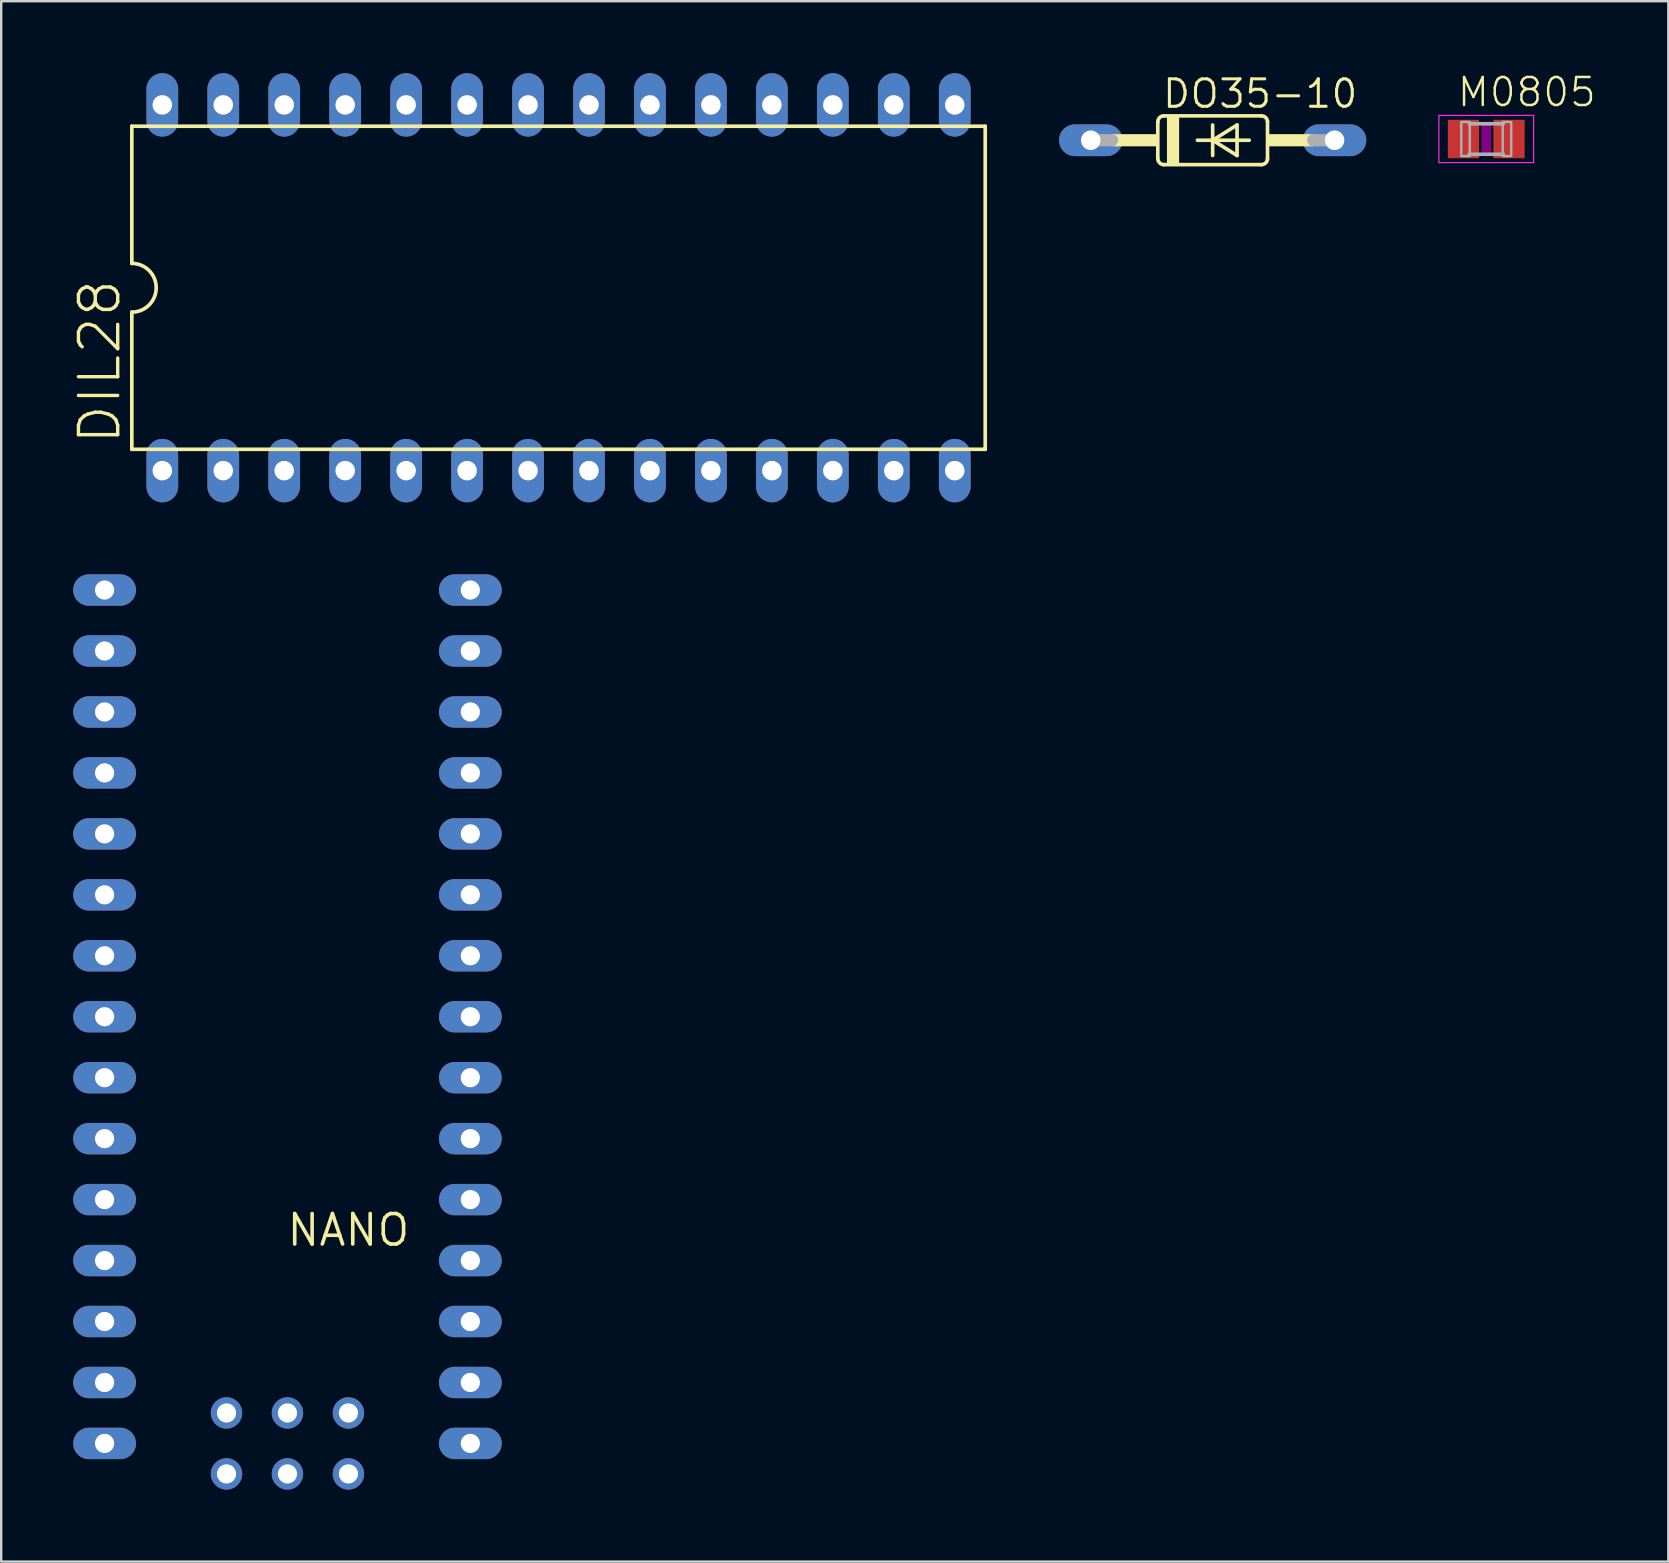
<source format=kicad_pcb>
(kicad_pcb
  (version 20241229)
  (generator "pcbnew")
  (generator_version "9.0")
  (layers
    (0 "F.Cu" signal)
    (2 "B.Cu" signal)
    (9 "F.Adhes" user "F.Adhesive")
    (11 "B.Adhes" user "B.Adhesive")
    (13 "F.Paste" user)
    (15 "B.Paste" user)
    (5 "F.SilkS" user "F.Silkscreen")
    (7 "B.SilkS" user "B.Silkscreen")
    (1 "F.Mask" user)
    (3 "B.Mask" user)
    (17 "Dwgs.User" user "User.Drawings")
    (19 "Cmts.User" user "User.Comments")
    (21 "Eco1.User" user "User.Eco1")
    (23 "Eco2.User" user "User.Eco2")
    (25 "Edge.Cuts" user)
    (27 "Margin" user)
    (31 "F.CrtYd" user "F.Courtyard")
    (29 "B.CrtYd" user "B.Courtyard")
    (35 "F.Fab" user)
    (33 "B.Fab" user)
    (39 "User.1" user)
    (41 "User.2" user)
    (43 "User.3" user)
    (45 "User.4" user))
  (footprint "NANO"
    (layer "F.Cu")
    (at 11.468 48.206)
    (property "Reference" "NANO" (at 0 0 0) (unlocked yes) (layer "F.SilkS") (effects (font (size 1.27 1.27) (thickness 0.15))))
    (pad "3.3V" thru_hole oval (at -10.16 -24.13 180) (size 2.616 1.308) (drill 0.8) (layers "*.Cu" "*.Mask"))
    (pad "5V" thru_hole oval (at -10.16 1.27) (size 2.616 1.308) (drill 0.8) (layers "*.Cu" "*.Mask"))
    (pad "A0" thru_hole oval (at -10.16 -19.05) (size 2.616 1.308) (drill 0.8) (layers "*.Cu" "*.Mask"))
    (pad "A1" thru_hole oval (at -10.16 -16.51) (size 2.616 1.308) (drill 0.8) (layers "*.Cu" "*.Mask"))
    (pad "A2" thru_hole oval (at -10.16 -13.97) (size 2.616 1.308) (drill 0.8) (layers "*.Cu" "*.Mask"))
    (pad "A3" thru_hole oval (at -10.16 -11.43) (size 2.616 1.308) (drill 0.8) (layers "*.Cu" "*.Mask"))
    (pad "A4" thru_hole oval (at -10.16 -8.89 180) (size 2.616 1.308) (drill 0.8) (layers "*.Cu" "*.Mask"))
    (pad "A5" thru_hole oval (at -10.16 -6.35 180) (size 2.616 1.308) (drill 0.8) (layers "*.Cu" "*.Mask"))
    (pad "A6" thru_hole oval (at -10.16 -3.81 180) (size 2.616 1.308) (drill 0.8) (layers "*.Cu" "*.Mask"))
    (pad "A7" thru_hole oval (at -10.16 -1.27 180) (size 2.616 1.308) (drill 0.8) (layers "*.Cu" "*.Mask"))
    (pad "AREF" thru_hole oval (at -10.16 -21.59 180) (size 2.616 1.308) (drill 0.8) (layers "*.Cu" "*.Mask"))
    (pad "D2" thru_hole oval (at 5.08 -1.27) (size 2.616 1.308) (drill 0.8) (layers "*.Cu" "*.Mask"))
    (pad "D3" thru_hole oval (at 5.08 -3.81) (size 2.616 1.308) (drill 0.8) (layers "*.Cu" "*.Mask"))
    (pad "D4" thru_hole oval (at 5.08 -6.35) (size 2.616 1.308) (drill 0.8) (layers "*.Cu" "*.Mask"))
    (pad "D5" thru_hole oval (at 5.08 -8.89) (size 2.616 1.308) (drill 0.8) (layers "*.Cu" "*.Mask"))
    (pad "D6" thru_hole oval (at 5.08 -11.43) (size 2.616 1.308) (drill 0.8) (layers "*.Cu" "*.Mask"))
    (pad "D7" thru_hole oval (at 5.08 -13.97) (size 2.616 1.308) (drill 0.8) (layers "*.Cu" "*.Mask"))
    (pad "D8" thru_hole oval (at 5.08 -16.51) (size 2.616 1.308) (drill 0.8) (layers "*.Cu" "*.Mask"))
    (pad "D9" thru_hole oval (at 5.08 -19.05) (size 2.616 1.308) (drill 0.8) (layers "*.Cu" "*.Mask"))
    (pad "D10" thru_hole oval (at 5.08 -21.59) (size 2.616 1.308) (drill 0.8) (layers "*.Cu" "*.Mask"))
    (pad "D11" thru_hole oval (at 5.08 -24.13) (size 2.616 1.308) (drill 0.8) (layers "*.Cu" "*.Mask"))
    (pad "D12" thru_hole oval (at 5.08 -26.67) (size 2.616 1.308) (drill 0.8) (layers "*.Cu" "*.Mask"))
    (pad "D13" thru_hole oval (at -10.16 -26.67) (size 2.616 1.308) (drill 0.8) (layers "*.Cu" "*.Mask"))
    (pad "GND" thru_hole oval (at -10.16 6.35) (size 2.616 1.308) (drill 0.8) (layers "*.Cu" "*.Mask"))
    (pad "GND1" thru_hole oval (at 5.08 1.27) (size 2.616 1.308) (drill 0.8) (layers "*.Cu" "*.Mask"))
    (pad "ICSP1" thru_hole circle (at -5.08 10.16 90) (size 1.308 1.308) (drill 0.8) (layers "*.Cu" "*.Mask"))
    (pad "ICSP2" thru_hole circle (at -5.08 7.62 90) (size 1.308 1.308) (drill 0.8) (layers "*.Cu" "*.Mask"))
    (pad "ICSP3" thru_hole circle (at -2.54 10.16 90) (size 1.308 1.308) (drill 0.8) (layers "*.Cu" "*.Mask"))
    (pad "ICSP4" thru_hole circle (at -2.54 7.62 90) (size 1.308 1.308) (drill 0.8) (layers "*.Cu" "*.Mask"))
    (pad "ICSP5" thru_hole circle (at 0 10.16 90) (size 1.308 1.308) (drill 0.8) (layers "*.Cu" "*.Mask"))
    (pad "ICSP6" thru_hole circle (at 0 7.62 90) (size 1.308 1.308) (drill 0.8) (layers "*.Cu" "*.Mask"))
    (pad "RAW" thru_hole oval (at -10.16 8.89) (size 2.616 1.308) (drill 0.8) (layers "*.Cu" "*.Mask"))
    (pad "RST" thru_hole oval (at -10.16 3.81) (size 2.616 1.308) (drill 0.8) (layers "*.Cu" "*.Mask"))
    (pad "RST1" thru_hole oval (at 5.08 3.81) (size 2.616 1.308) (drill 0.8) (layers "*.Cu" "*.Mask"))
    (pad "RX1" thru_hole oval (at 5.08 6.35) (size 2.616 1.308) (drill 0.8) (layers "*.Cu" "*.Mask"))
    (pad "TX0" thru_hole oval (at 5.08 8.89) (size 2.616 1.308) (drill 0.8) (layers "*.Cu" "*.Mask")))
  (footprint "DIL28"
    (layer "F.Cu")
    (at 20.223 8.941)
    (property "Reference" "DIL28" (at -18.161 6.604 90) (unlocked yes) (layer "F.SilkS") (effects (font (size 1.636 1.636) (thickness 0.142)) (justify left bottom)))
    (fp_line (start -17.78 -6.731) (end -17.78 -1.016) (stroke (width 0.152) (type solid)) (layer "F.SilkS"))
    (fp_line (start -17.78 6.731) (end -17.78 1.016) (stroke (width 0.152) (type solid)) (layer "F.SilkS"))
    (fp_line (start -17.78 6.731) (end 17.78 6.731) (stroke (width 0.152) (type solid)) (layer "F.SilkS"))
    (fp_line (start 17.78 -6.731) (end -17.78 -6.731) (stroke (width 0.152) (type solid)) (layer "F.SilkS"))
    (fp_line (start 17.78 -6.731) (end 17.78 6.731) (stroke (width 0.152) (type solid)) (layer "F.SilkS"))
    (fp_arc (start -17.78 -1.016) (mid -16.764 0) (end -17.78 1.016) (stroke (width 0.1524) (type solid)) (layer "F.SilkS"))
    (pad "1" thru_hole oval (at -16.51 7.62 90) (size 2.642 1.321) (drill 0.813) (layers "*.Cu" "*.Mask"))
    (pad "2" thru_hole oval (at -13.97 7.62 90) (size 2.642 1.321) (drill 0.813) (layers "*.Cu" "*.Mask"))
    (pad "3" thru_hole oval (at -11.43 7.62 90) (size 2.642 1.321) (drill 0.813) (layers "*.Cu" "*.Mask"))
    (pad "4" thru_hole oval (at -8.89 7.62 90) (size 2.642 1.321) (drill 0.813) (layers "*.Cu" "*.Mask"))
    (pad "5" thru_hole oval (at -6.35 7.62 90) (size 2.642 1.321) (drill 0.813) (layers "*.Cu" "*.Mask"))
    (pad "6" thru_hole oval (at -3.81 7.62 90) (size 2.642 1.321) (drill 0.813) (layers "*.Cu" "*.Mask"))
    (pad "7" thru_hole oval (at -1.27 7.62 90) (size 2.642 1.321) (drill 0.813) (layers "*.Cu" "*.Mask"))
    (pad "8" thru_hole oval (at 1.27 7.62 90) (size 2.642 1.321) (drill 0.813) (layers "*.Cu" "*.Mask"))
    (pad "9" thru_hole oval (at 3.81 7.62 90) (size 2.642 1.321) (drill 0.813) (layers "*.Cu" "*.Mask"))
    (pad "10" thru_hole oval (at 6.35 7.62 90) (size 2.642 1.321) (drill 0.813) (layers "*.Cu" "*.Mask"))
    (pad "11" thru_hole oval (at 8.89 7.62 90) (size 2.642 1.321) (drill 0.813) (layers "*.Cu" "*.Mask"))
    (pad "12" thru_hole oval (at 11.43 7.62 90) (size 2.642 1.321) (drill 0.813) (layers "*.Cu" "*.Mask"))
    (pad "13" thru_hole oval (at 13.97 7.62 90) (size 2.642 1.321) (drill 0.813) (layers "*.Cu" "*.Mask"))
    (pad "14" thru_hole oval (at 16.51 7.62 90) (size 2.642 1.321) (drill 0.813) (layers "*.Cu" "*.Mask"))
    (pad "15" thru_hole oval (at 16.51 -7.62 90) (size 2.642 1.321) (drill 0.813) (layers "*.Cu" "*.Mask"))
    (pad "16" thru_hole oval (at 13.97 -7.62 90) (size 2.642 1.321) (drill 0.813) (layers "*.Cu" "*.Mask"))
    (pad "17" thru_hole oval (at 11.43 -7.62 90) (size 2.642 1.321) (drill 0.813) (layers "*.Cu" "*.Mask"))
    (pad "18" thru_hole oval (at 8.89 -7.62 90) (size 2.642 1.321) (drill 0.813) (layers "*.Cu" "*.Mask"))
    (pad "19" thru_hole oval (at 6.35 -7.62 90) (size 2.642 1.321) (drill 0.813) (layers "*.Cu" "*.Mask"))
    (pad "20" thru_hole oval (at 3.81 -7.62 90) (size 2.642 1.321) (drill 0.813) (layers "*.Cu" "*.Mask"))
    (pad "21" thru_hole oval (at 1.27 -7.62 90) (size 2.642 1.321) (drill 0.813) (layers "*.Cu" "*.Mask"))
    (pad "22" thru_hole oval (at -1.27 -7.62 90) (size 2.642 1.321) (drill 0.813) (layers "*.Cu" "*.Mask"))
    (pad "23" thru_hole oval (at -3.81 -7.62 90) (size 2.642 1.321) (drill 0.813) (layers "*.Cu" "*.Mask"))
    (pad "24" thru_hole oval (at -6.35 -7.62 90) (size 2.642 1.321) (drill 0.813) (layers "*.Cu" "*.Mask"))
    (pad "25" thru_hole oval (at -8.89 -7.62 90) (size 2.642 1.321) (drill 0.813) (layers "*.Cu" "*.Mask"))
    (pad "26" thru_hole oval (at -11.43 -7.62 90) (size 2.642 1.321) (drill 0.813) (layers "*.Cu" "*.Mask"))
    (pad "27" thru_hole oval (at -13.97 -7.62 90) (size 2.642 1.321) (drill 0.813) (layers "*.Cu" "*.Mask"))
    (pad "28" thru_hole oval (at -16.51 -7.62 90) (size 2.642 1.321) (drill 0.813) (layers "*.Cu" "*.Mask")))
  (footprint "DO35-10"
    (layer "F.Cu")
    (at 47.48 2.794)
    (property "Reference" "DO35-10" (at -2.159 -1.27 0) (unlocked yes) (layer "F.SilkS") (effects (font (size 1.143 1.143) (thickness 0.127)) (justify left bottom)))
    (fp_line (start -2.286 -0.762) (end -2.286 0.762) (stroke (width 0.152) (type solid)) (layer "F.SilkS"))
    (fp_line (start -2.032 -1.016) (end 2.032 -1.016) (stroke (width 0.152) (type solid)) (layer "F.SilkS"))
    (fp_line (start -2.032 1.016) (end 2.032 1.016) (stroke (width 0.152) (type solid)) (layer "F.SilkS"))
    (fp_line (start -0.635 0) (end 0 0) (stroke (width 0.152) (type solid)) (layer "F.SilkS"))
    (fp_line (start 0 -0.635) (end 0 0) (stroke (width 0.152) (type solid)) (layer "F.SilkS"))
    (fp_line (start 0 0) (end 0 0.635) (stroke (width 0.152) (type solid)) (layer "F.SilkS"))
    (fp_line (start 0 0) (end 1.016 -0.635) (stroke (width 0.152) (type solid)) (layer "F.SilkS"))
    (fp_line (start 0 0) (end 1.524 0) (stroke (width 0.152) (type solid)) (layer "F.SilkS"))
    (fp_line (start 1.016 -0.635) (end 1.016 0.635) (stroke (width 0.152) (type solid)) (layer "F.SilkS"))
    (fp_line (start 1.016 0.635) (end 0 0) (stroke (width 0.152) (type solid)) (layer "F.SilkS"))
    (fp_line (start 2.286 0.762) (end 2.286 -0.762) (stroke (width 0.152) (type solid)) (layer "F.SilkS"))
    (fp_arc (start -2.286 -0.762) (mid -2.211605 -0.941605) (end -2.032 -1.016) (stroke (width 0.1524) (type solid)) (layer "F.SilkS"))
    (fp_arc (start -2.032 1.016) (mid -2.211605 0.941605) (end -2.286 0.762) (stroke (width 0.1524) (type solid)) (layer "F.SilkS"))
    (fp_arc (start 2.032 -1.016) (mid 2.211605 -0.941605) (end 2.286 -0.762) (stroke (width 0.1524) (type solid)) (layer "F.SilkS"))
    (fp_arc (start 2.286 0.762) (mid 2.211605 0.941605) (end 2.032 1.016) (stroke (width 0.1524) (type solid)) (layer "F.SilkS"))
    (fp_poly (pts (xy -4.191 0.254) (xy -2.286 0.254) (xy -2.286 -0.254) (xy -4.191 -0.254)) (stroke (width 0) (type default)) (fill yes) (layer "F.SilkS"))
    (fp_poly (pts (xy -1.905 1.016) (xy -1.397 1.016) (xy -1.397 -1.016) (xy -1.905 -1.016)) (stroke (width 0) (type default)) (fill yes) (layer "F.SilkS"))
    (fp_poly (pts (xy 2.286 0.254) (xy 4.191 0.254) (xy 4.191 -0.254) (xy 2.286 -0.254)) (stroke (width 0) (type default)) (fill yes) (layer "F.SilkS"))
    (fp_line (start -5.08 0) (end -4.191 0) (stroke (width 0.508) (type solid)) (layer "F.Fab"))
    (fp_line (start 5.08 0) (end 4.191 0) (stroke (width 0.508) (type solid)) (layer "F.Fab"))
    (pad "A" thru_hole oval (at 5.08 0) (size 2.642 1.321) (drill 0.813) (layers "*.Cu" "*.Mask"))
    (pad "C" thru_hole oval (at -5.08 0) (size 2.642 1.321) (drill 0.813) (layers "*.Cu" "*.Mask")))
  (footprint "M0805"
    (layer "F.Cu")
    (at 58.88 2.743)
    (property "Reference" "M0805" (at -1.27 -1.27 0) (unlocked yes) (layer "F.SilkS") (effects (font (size 1.168 1.168) (thickness 0.102)) (justify left bottom)))
    (fp_poly (pts (xy -0.2 0.6) (xy 0.2 0.6) (xy 0.2 -0.6) (xy -0.2 -0.6)) (stroke (width 0) (type default)) (fill yes) (layer "F.Adhes"))
    (fp_line (start -1.973 -0.983) (end 1.973 -0.983) (stroke (width 0.051) (type solid)) (layer "F.CrtYd"))
    (fp_line (start -1.973 0.983) (end -1.973 -0.983) (stroke (width 0.051) (type solid)) (layer "F.CrtYd"))
    (fp_line (start 1.973 -0.983) (end 1.973 0.983) (stroke (width 0.051) (type solid)) (layer "F.CrtYd"))
    (fp_line (start 1.973 0.983) (end -1.973 0.983) (stroke (width 0.051) (type solid)) (layer "F.CrtYd"))
    (fp_line (start 0.711 -0.635) (end -0.711 -0.635) (stroke (width 0.152) (type solid)) (layer "F.Fab"))
    (fp_line (start 0.711 0.635) (end -0.711 0.635) (stroke (width 0.152) (type solid)) (layer "F.Fab"))
    (fp_poly (pts (xy -1.041 0.711) (xy -0.686 0.711) (xy -0.686 -0.711) (xy -1.041 -0.711)) (stroke (width 0.1) (type default)) (fill no) (layer "F.Fab"))
    (fp_poly (pts (xy 0.686 0.711) (xy 1.041 0.711) (xy 1.041 -0.711) (xy 0.686 -0.711)) (stroke (width 0.1) (type default)) (fill no) (layer "F.Fab"))
    (pad "1" smd rect (at -0.95 0) (size 1.3 1.6) (layers "F.Cu" "F.Mask" "F.Paste"))
    (pad "2" smd rect (at 0.95 0) (size 1.3 1.6) (layers "F.Cu" "F.Mask" "F.Paste")))
  (gr_rect
    (start -3 -3)
    (end 66.467 62.02)
    (stroke (width 0.1) (type default))
    (fill no)
    (layer "Edge.Cuts")))
</source>
